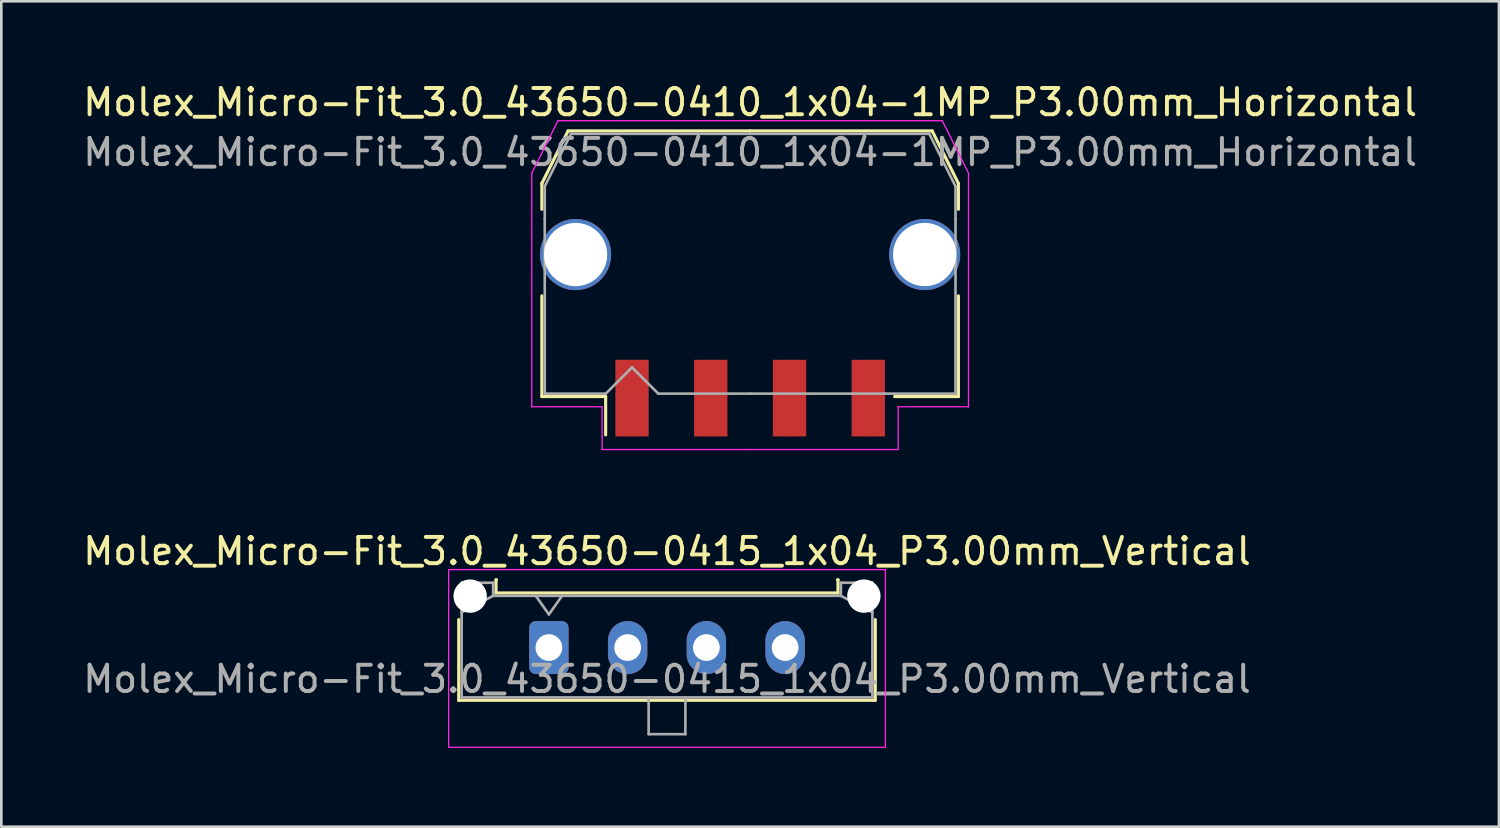
<source format=kicad_pcb>
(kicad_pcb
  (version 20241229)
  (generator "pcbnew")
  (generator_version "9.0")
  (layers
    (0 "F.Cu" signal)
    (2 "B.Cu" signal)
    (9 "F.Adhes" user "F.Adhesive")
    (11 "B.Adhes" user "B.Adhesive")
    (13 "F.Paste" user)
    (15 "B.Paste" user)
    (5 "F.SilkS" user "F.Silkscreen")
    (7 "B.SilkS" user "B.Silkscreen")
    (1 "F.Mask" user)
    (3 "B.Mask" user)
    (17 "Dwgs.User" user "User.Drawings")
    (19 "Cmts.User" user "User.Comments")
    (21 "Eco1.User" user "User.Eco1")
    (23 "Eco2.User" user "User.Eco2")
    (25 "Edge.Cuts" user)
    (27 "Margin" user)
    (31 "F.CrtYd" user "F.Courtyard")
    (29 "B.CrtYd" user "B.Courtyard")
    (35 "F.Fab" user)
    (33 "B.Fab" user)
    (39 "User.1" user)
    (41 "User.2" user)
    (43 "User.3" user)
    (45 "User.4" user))
  (footprint "Molex_Micro-Fit_3.0_43650-0410_1x04-1MP_P3.00mm_Horizontal"
    (layer "F.Cu")
    (at 25.53 6.998)
    (property "Reference" "Molex_Micro-Fit_3.0_43650-0410_1x04-1MP_P3.00mm_Horizontal" (at 0 -6.15 0) (layer "F.SilkS") (effects (font (size 1 1) (thickness 0.15))))
    (attr smd)
    (fp_line (start -7.935 -3.06) (end -7.935 -2.075) (stroke (width 0.12) (type solid)) (layer "F.SilkS"))
    (fp_line (start -7.935 1.225) (end -7.935 5.06) (stroke (width 0.12) (type solid)) (layer "F.SilkS"))
    (fp_line (start -7.935 5.06) (end -5.505 5.06) (stroke (width 0.12) (type solid)) (layer "F.SilkS"))
    (fp_line (start -6.935 -5.06) (end -7.935 -3.06) (stroke (width 0.12) (type solid)) (layer "F.SilkS"))
    (fp_line (start -5.505 5.06) (end -5.505 6.52) (stroke (width 0.12) (type solid)) (layer "F.SilkS"))
    (fp_line (start 0 -5.06) (end -6.935 -5.06) (stroke (width 0.12) (type solid)) (layer "F.SilkS"))
    (fp_line (start 0 -5.06) (end 6.935 -5.06) (stroke (width 0.12) (type solid)) (layer "F.SilkS"))
    (fp_line (start 6.935 -5.06) (end 7.935 -3.06) (stroke (width 0.12) (type solid)) (layer "F.SilkS"))
    (fp_line (start 7.935 -3.06) (end 7.935 -2.075) (stroke (width 0.12) (type solid)) (layer "F.SilkS"))
    (fp_line (start 7.935 1.225) (end 7.935 5.06) (stroke (width 0.12) (type solid)) (layer "F.SilkS"))
    (fp_line (start 7.935 5.06) (end 5.505 5.06) (stroke (width 0.12) (type solid)) (layer "F.SilkS"))
    (fp_line (start -8.32 -3.45) (end -8.32 -2.2) (stroke (width 0.05) (type solid)) (layer "F.CrtYd"))
    (fp_line (start -8.32 -2.2) (end -8.32 5.45) (stroke (width 0.05) (type solid)) (layer "F.CrtYd"))
    (fp_line (start -8.32 5.45) (end -5.64 5.45) (stroke (width 0.05) (type solid)) (layer "F.CrtYd"))
    (fp_line (start -7.32 -5.45) (end -8.32 -3.45) (stroke (width 0.05) (type solid)) (layer "F.CrtYd"))
    (fp_line (start -5.64 5.45) (end -5.64 7.08) (stroke (width 0.05) (type solid)) (layer "F.CrtYd"))
    (fp_line (start -5.64 7.08) (end 0 7.08) (stroke (width 0.05) (type solid)) (layer "F.CrtYd"))
    (fp_line (start 0 -5.45) (end -7.32 -5.45) (stroke (width 0.05) (type solid)) (layer "F.CrtYd"))
    (fp_line (start 0 -5.45) (end 7.32 -5.45) (stroke (width 0.05) (type solid)) (layer "F.CrtYd"))
    (fp_line (start 5.64 5.45) (end 5.64 7.08) (stroke (width 0.05) (type solid)) (layer "F.CrtYd"))
    (fp_line (start 5.64 7.08) (end 0 7.08) (stroke (width 0.05) (type solid)) (layer "F.CrtYd"))
    (fp_line (start 7.32 -5.45) (end 8.32 -3.45) (stroke (width 0.05) (type solid)) (layer "F.CrtYd"))
    (fp_line (start 8.32 -3.45) (end 8.32 -2.2) (stroke (width 0.05) (type solid)) (layer "F.CrtYd"))
    (fp_line (start 8.32 -2.2) (end 8.32 5.45) (stroke (width 0.05) (type solid)) (layer "F.CrtYd"))
    (fp_line (start 8.32 5.45) (end 5.64 5.45) (stroke (width 0.05) (type solid)) (layer "F.CrtYd"))
    (fp_line (start -7.825 -2.95) (end -7.825 -1.705) (stroke (width 0.1) (type solid)) (layer "F.Fab"))
    (fp_line (start -7.825 -1.705) (end -7.825 4.95) (stroke (width 0.1) (type solid)) (layer "F.Fab"))
    (fp_line (start -7.825 4.95) (end -5.5 4.95) (stroke (width 0.1) (type solid)) (layer "F.Fab"))
    (fp_line (start -6.825 -4.95) (end -7.825 -2.95) (stroke (width 0.1) (type solid)) (layer "F.Fab"))
    (fp_line (start -5.5 4.95) (end -4.5 3.95) (stroke (width 0.1) (type solid)) (layer "F.Fab"))
    (fp_line (start -4.5 3.95) (end -3.5 4.95) (stroke (width 0.1) (type solid)) (layer "F.Fab"))
    (fp_line (start -3.5 4.95) (end 0 4.95) (stroke (width 0.1) (type solid)) (layer "F.Fab"))
    (fp_line (start 0 -4.95) (end -6.825 -4.95) (stroke (width 0.1) (type solid)) (layer "F.Fab"))
    (fp_line (start 0 -4.95) (end 6.825 -4.95) (stroke (width 0.1) (type solid)) (layer "F.Fab"))
    (fp_line (start 5.135 4.95) (end 0 4.95) (stroke (width 0.1) (type solid)) (layer "F.Fab"))
    (fp_line (start 6.825 -4.95) (end 7.825 -2.95) (stroke (width 0.1) (type solid)) (layer "F.Fab"))
    (fp_line (start 7.825 -2.95) (end 7.825 -1.705) (stroke (width 0.1) (type solid)) (layer "F.Fab"))
    (fp_line (start 7.825 -1.705) (end 7.825 4.95) (stroke (width 0.1) (type solid)) (layer "F.Fab"))
    (fp_line (start 7.825 4.95) (end 5.135 4.95) (stroke (width 0.1) (type solid)) (layer "F.Fab"))
    (fp_text user "${REFERENCE}" (at 0 -4.25 0) (layer "F.Fab") (effects (font (size 1 1) (thickness 0.15))))
    (pad "1" smd rect (at -4.5 5.12) (size 1.27 2.92) (layers "F.Cu" "F.Mask" "F.Paste"))
    (pad "2" smd rect (at -1.5 5.12) (size 1.27 2.92) (layers "F.Cu" "F.Mask" "F.Paste"))
    (pad "3" smd rect (at 1.5 5.12) (size 1.27 2.92) (layers "F.Cu" "F.Mask" "F.Paste"))
    (pad "4" smd rect (at 4.5 5.12) (size 1.27 2.92) (layers "F.Cu" "F.Mask" "F.Paste"))
    (pad "MP" thru_hole circle (at -6.65 -0.35) (size 2.71 2.71) (drill 2.41) (layers "*.Cu" "*.Mask"))
    (pad "MP" thru_hole circle (at 6.65 -0.35) (size 2.71 2.71) (drill 2.41) (layers "*.Cu" "*.Mask")))
  (footprint "Molex_Micro-Fit_3.0_43650-0415_1x04_P3.00mm_Vertical"
    (layer "F.Cu")
    (at 17.863 21.622)
    (property "Reference" "Molex_Micro-Fit_3.0_43650-0415_1x04_P3.00mm_Vertical" (at 4.5 -3.67 0) (layer "F.SilkS") (effects (font (size 1 1) (thickness 0.15))))
    (attr through_hole)
    (fp_line (start -3.435 -1.065) (end -3.435 2.01) (stroke (width 0.12) (type solid)) (layer "F.SilkS"))
    (fp_line (start -3.435 2.01) (end 12.435 2.01) (stroke (width 0.12) (type solid)) (layer "F.SilkS"))
    (fp_line (start -2.015 -2.58) (end -2.015 -2.08) (stroke (width 0.12) (type solid)) (layer "F.SilkS"))
    (fp_line (start -2.015 -2.08) (end 11.015 -2.08) (stroke (width 0.12) (type solid)) (layer "F.SilkS"))
    (fp_line (start -1.995 -2.58) (end -2.015 -2.58) (stroke (width 0.12) (type solid)) (layer "F.SilkS"))
    (fp_line (start 11.015 -2.58) (end 10.995 -2.58) (stroke (width 0.12) (type solid)) (layer "F.SilkS"))
    (fp_line (start 11.015 -2.08) (end 11.015 -2.58) (stroke (width 0.12) (type solid)) (layer "F.SilkS"))
    (fp_line (start 12.435 2.01) (end 12.435 -1.065) (stroke (width 0.12) (type solid)) (layer "F.SilkS"))
    (fp_line (start -3.82 -2.97) (end 12.82 -2.97) (stroke (width 0.05) (type solid)) (layer "F.CrtYd"))
    (fp_line (start -3.82 3.8) (end -3.82 -2.97) (stroke (width 0.05) (type solid)) (layer "F.CrtYd"))
    (fp_line (start 12.82 -2.97) (end 12.82 3.8) (stroke (width 0.05) (type solid)) (layer "F.CrtYd"))
    (fp_line (start 12.82 3.8) (end -3.82 3.8) (stroke (width 0.05) (type solid)) (layer "F.CrtYd"))
    (fp_line (start -3.325 -2.47) (end -3.325 1.9) (stroke (width 0.1) (type solid)) (layer "F.Fab"))
    (fp_line (start -3.325 -1.34) (end -2.125 -1.97) (stroke (width 0.1) (type solid)) (layer "F.Fab"))
    (fp_line (start -3.325 1.9) (end 12.325 1.9) (stroke (width 0.1) (type solid)) (layer "F.Fab"))
    (fp_line (start -2.125 -2.47) (end -3.325 -2.47) (stroke (width 0.1) (type solid)) (layer "F.Fab"))
    (fp_line (start -2.125 -1.97) (end -2.125 -2.47) (stroke (width 0.1) (type solid)) (layer "F.Fab"))
    (fp_line (start -0.5 -1.97) (end 0 -1.263) (stroke (width 0.1) (type solid)) (layer "F.Fab"))
    (fp_line (start 0 -1.263) (end 0.5 -1.97) (stroke (width 0.1) (type solid)) (layer "F.Fab"))
    (fp_line (start 3.8 1.9) (end 3.8 3.3) (stroke (width 0.1) (type solid)) (layer "F.Fab"))
    (fp_line (start 3.8 3.3) (end 5.2 3.3) (stroke (width 0.1) (type solid)) (layer "F.Fab"))
    (fp_line (start 5.2 3.3) (end 5.2 1.9) (stroke (width 0.1) (type solid)) (layer "F.Fab"))
    (fp_line (start 11.125 -2.47) (end 11.125 -1.97) (stroke (width 0.1) (type solid)) (layer "F.Fab"))
    (fp_line (start 11.125 -1.97) (end -2.125 -1.97) (stroke (width 0.1) (type solid)) (layer "F.Fab"))
    (fp_line (start 12.325 -2.47) (end 11.125 -2.47) (stroke (width 0.1) (type solid)) (layer "F.Fab"))
    (fp_line (start 12.325 -1.34) (end 11.125 -1.97) (stroke (width 0.1) (type solid)) (layer "F.Fab"))
    (fp_line (start 12.325 1.9) (end 12.325 -2.47) (stroke (width 0.1) (type solid)) (layer "F.Fab"))
    (fp_text user "${REFERENCE}" (at 4.5 1.2 0) (layer "F.Fab") (effects (font (size 1 1) (thickness 0.15))))
    (pad "" np_thru_hole circle (at -3 -1.96) (size 1.27 1.27) (drill 1.27) (layers "*.Cu" "*.Mask"))
    (pad "" np_thru_hole circle (at 12 -1.96) (size 1.27 1.27) (drill 1.27) (layers "*.Cu" "*.Mask"))
    (pad "1" thru_hole roundrect (at 0 0) (size 1.5 2.02) (drill 1.02) (layers "*.Cu" "*.Mask") (roundrect_rratio 0.167))
    (pad "2" thru_hole oval (at 3 0) (size 1.5 2.02) (drill 1.02) (layers "*.Cu" "*.Mask"))
    (pad "3" thru_hole oval (at 6 0) (size 1.5 2.02) (drill 1.02) (layers "*.Cu" "*.Mask"))
    (pad "4" thru_hole oval (at 9 0) (size 1.5 2.02) (drill 1.02) (layers "*.Cu" "*.Mask")))
  (gr_rect
    (start -3 -3)
    (end 54.06 28.447)
    (stroke (width 0.1) (type default))
    (fill no)
    (layer "Edge.Cuts")))
</source>
